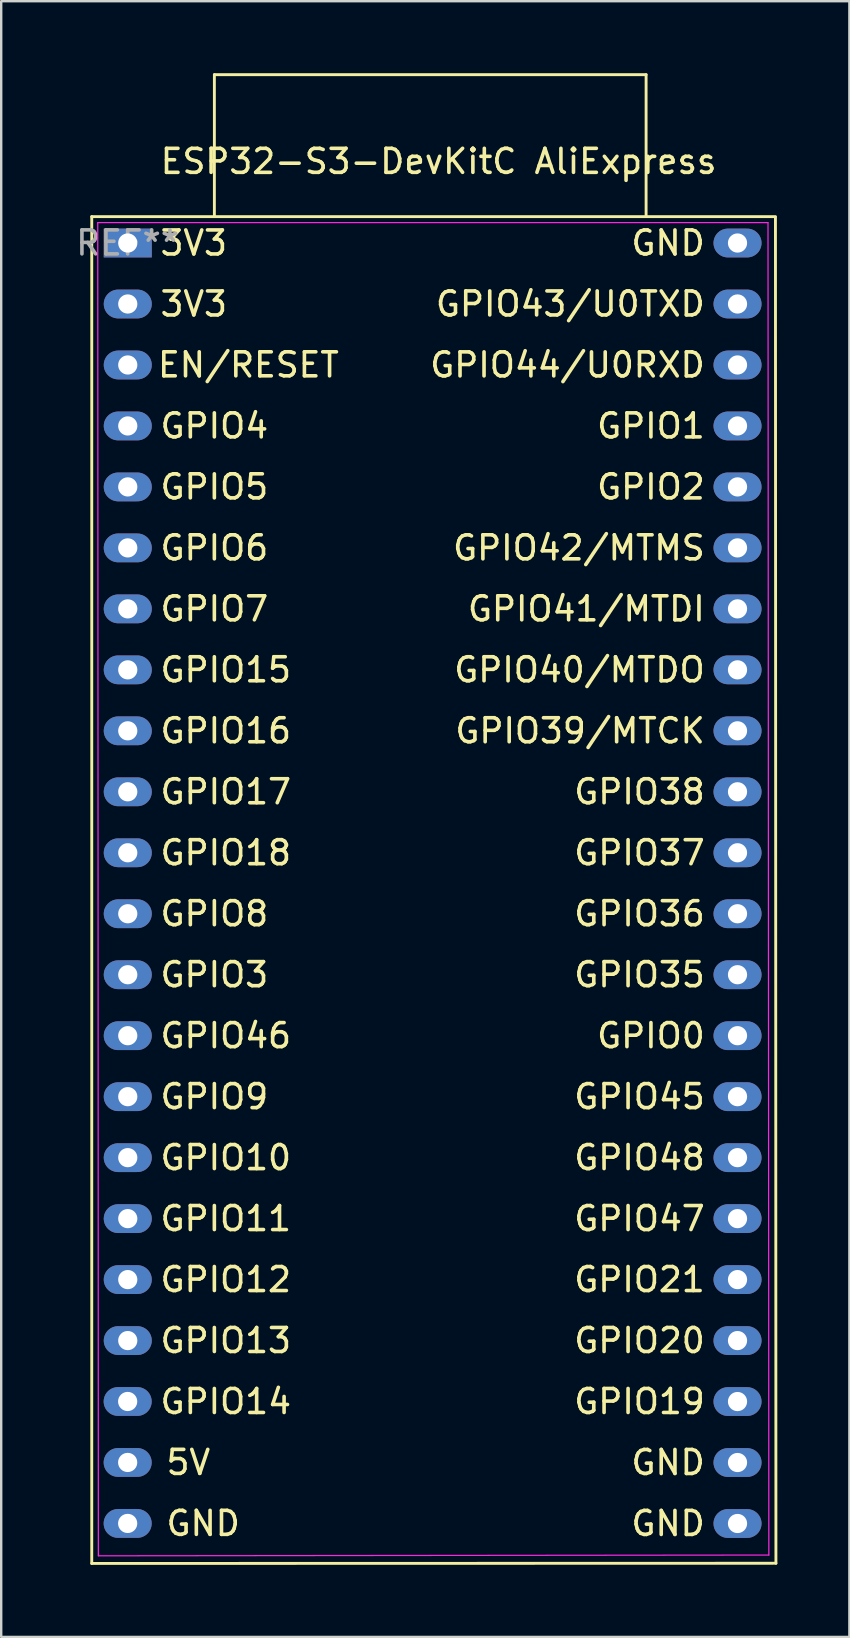
<source format=kicad_pcb>
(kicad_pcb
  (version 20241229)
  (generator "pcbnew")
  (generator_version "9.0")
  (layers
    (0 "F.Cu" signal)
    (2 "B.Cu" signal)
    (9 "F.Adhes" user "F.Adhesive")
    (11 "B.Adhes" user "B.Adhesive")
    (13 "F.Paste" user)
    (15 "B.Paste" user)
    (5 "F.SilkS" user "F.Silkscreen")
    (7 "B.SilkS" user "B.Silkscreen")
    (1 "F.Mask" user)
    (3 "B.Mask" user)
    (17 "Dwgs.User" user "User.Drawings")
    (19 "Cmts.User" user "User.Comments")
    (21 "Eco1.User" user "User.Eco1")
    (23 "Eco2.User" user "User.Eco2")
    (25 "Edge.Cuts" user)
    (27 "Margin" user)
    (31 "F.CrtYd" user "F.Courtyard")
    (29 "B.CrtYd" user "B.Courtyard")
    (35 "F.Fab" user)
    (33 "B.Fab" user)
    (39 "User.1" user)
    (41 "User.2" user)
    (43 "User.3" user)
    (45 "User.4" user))
  (footprint "ESP32-S3-DevKitC AliExpress"
    (layer "F.Cu")
    (at 2.272 7.073)
    (property "Reference" "ESP32-S3-DevKitC AliExpress" (at 12.948 -3.4 0) (layer "F.SilkS") (effects (font (size 1 1) (thickness 0.15))))
    (attr through_hole)
    (fp_line (start -1.5 55.004) (end 27 54.996) (stroke (width 0.12) (type solid)) (layer "F.SilkS"))
    (fp_line (start -1.5 -1.1) (end -1.5 55.004) (stroke (width 0.12) (type solid)) (layer "F.SilkS"))
    (fp_line (start 3.608 -7.013) (end 21.592 -7.013) (stroke (width 0.12) (type solid)) (layer "F.SilkS"))
    (fp_line (start 3.608 -1.12) (end 3.608 -7.013) (stroke (width 0.12) (type solid)) (layer "F.SilkS"))
    (fp_line (start 21.592 -7.013) (end 21.592 -1.12) (stroke (width 0.12) (type solid)) (layer "F.SilkS"))
    (fp_line (start 26.98 -1.1) (end -1.5 -1.1) (stroke (width 0.12) (type solid)) (layer "F.SilkS"))
    (fp_line (start 27 54.996) (end 26.98 -1.07) (stroke (width 0.12) (type solid)) (layer "F.SilkS"))
    (fp_line (start -1.25 -0.85) (end 26.67 -0.85) (stroke (width 0.05) (type solid)) (layer "F.CrtYd"))
    (fp_line (start -1.225 54.686) (end -1.25 -0.85) (stroke (width 0.05) (type solid)) (layer "F.CrtYd"))
    (fp_line (start 26.67 -0.85) (end 26.705 54.654) (stroke (width 0.05) (type solid)) (layer "F.CrtYd"))
    (fp_line (start 26.705 54.654) (end -1.225 54.686) (stroke (width 0.05) (type solid)) (layer "F.CrtYd"))
    (fp_text user "GPIO42/MTMS" (at 24.13 12.7 0) (unlocked yes) (layer "F.SilkS") (effects (font (size 1 1) (thickness 0.15)) (justify right)))
    (fp_text user "3V3" (at 1.27 2.54 0) (unlocked yes) (layer "F.SilkS") (effects (font (size 1 1) (thickness 0.15)) (justify left)))
    (fp_text user "GPIO0" (at 24.13 33.02 0) (unlocked yes) (layer "F.SilkS") (effects (font (size 1 1) (thickness 0.15)) (justify right)))
    (fp_text user "GPIO12" (at 1.27 43.18 0) (unlocked yes) (layer "F.SilkS") (effects (font (size 1 1) (thickness 0.15)) (justify left)))
    (fp_text user "GPIO20" (at 24.13 45.72 0) (unlocked yes) (layer "F.SilkS") (effects (font (size 1 1) (thickness 0.15)) (justify right)))
    (fp_text user "GPIO40/MTDO" (at 24.13 17.78 0) (unlocked yes) (layer "F.SilkS") (effects (font (size 1 1) (thickness 0.15)) (justify right)))
    (fp_text user "GPIO41/MTDI" (at 24.13 15.24 0) (unlocked yes) (layer "F.SilkS") (effects (font (size 1 1) (thickness 0.15)) (justify right)))
    (fp_text user "GND" (at 24.13 53.34 0) (unlocked yes) (layer "F.SilkS") (effects (font (size 1 1) (thickness 0.15)) (justify right)))
    (fp_text user "GPIO39/MTCK" (at 24.13 20.32 0) (unlocked yes) (layer "F.SilkS") (effects (font (size 1 1) (thickness 0.15)) (justify right)))
    (fp_text user "GPIO2" (at 24.13 10.16 0) (unlocked yes) (layer "F.SilkS") (effects (font (size 1 1) (thickness 0.15)) (justify right)))
    (fp_text user "GND" (at 24.13 50.8 0) (unlocked yes) (layer "F.SilkS") (effects (font (size 1 1) (thickness 0.15)) (justify right)))
    (fp_text user "GPIO7" (at 1.27 15.24 0) (unlocked yes) (layer "F.SilkS") (effects (font (size 1 1) (thickness 0.15)) (justify left)))
    (fp_text user "GPIO35" (at 24.13 30.48 0) (unlocked yes) (layer "F.SilkS") (effects (font (size 1 1) (thickness 0.15)) (justify right)))
    (fp_text user "EN/RESET" (at 8.886 5.077 0) (unlocked yes) (layer "F.SilkS") (effects (font (size 1 1) (thickness 0.15)) (justify right)))
    (fp_text user "GPIO8" (at 1.27 27.94 0) (unlocked yes) (layer "F.SilkS") (effects (font (size 1 1) (thickness 0.15)) (justify left)))
    (fp_text user "GPIO17" (at 1.27 22.86 0) (unlocked yes) (layer "F.SilkS") (effects (font (size 1 1) (thickness 0.15)) (justify left)))
    (fp_text user "GPIO18" (at 1.27 25.4 0) (unlocked yes) (layer "F.SilkS") (effects (font (size 1 1) (thickness 0.15)) (justify left)))
    (fp_text user "GPIO13" (at 1.27 45.72 0) (unlocked yes) (layer "F.SilkS") (effects (font (size 1 1) (thickness 0.15)) (justify left)))
    (fp_text user "GPIO44/U0RXD" (at 24.13 5.08 0) (unlocked yes) (layer "F.SilkS") (effects (font (size 1 1) (thickness 0.15)) (justify right)))
    (fp_text user "GPIO11" (at 1.27 40.64 0) (unlocked yes) (layer "F.SilkS") (effects (font (size 1 1) (thickness 0.15)) (justify left)))
    (fp_text user "GPIO10" (at 1.27 38.1 0) (unlocked yes) (layer "F.SilkS") (effects (font (size 1 1) (thickness 0.15)) (justify left)))
    (fp_text user "GPIO4" (at 1.27 7.62 0) (unlocked yes) (layer "F.SilkS") (effects (font (size 1 1) (thickness 0.15)) (justify left)))
    (fp_text user "GPIO6" (at 1.27 12.7 0) (unlocked yes) (layer "F.SilkS") (effects (font (size 1 1) (thickness 0.15)) (justify left)))
    (fp_text user "GPIO19" (at 24.13 48.26 0) (unlocked yes) (layer "F.SilkS") (effects (font (size 1 1) (thickness 0.15)) (justify right)))
    (fp_text user "GPIO45" (at 24.13 35.56 0) (unlocked yes) (layer "F.SilkS") (effects (font (size 1 1) (thickness 0.15)) (justify right)))
    (fp_text user "GPIO36" (at 24.13 27.94 0) (unlocked yes) (layer "F.SilkS") (effects (font (size 1 1) (thickness 0.15)) (justify right)))
    (fp_text user "GPIO37" (at 24.13 25.4 0) (unlocked yes) (layer "F.SilkS") (effects (font (size 1 1) (thickness 0.15)) (justify right)))
    (fp_text user "GPIO5" (at 1.27 10.16 0) (unlocked yes) (layer "F.SilkS") (effects (font (size 1 1) (thickness 0.15)) (justify left)))
    (fp_text user "GPIO46" (at 1.27 33.02 0) (unlocked yes) (layer "F.SilkS") (effects (font (size 1 1) (thickness 0.15)) (justify left)))
    (fp_text user "GND" (at 1.52 53.337 0) (unlocked yes) (layer "F.SilkS") (effects (font (size 1 1) (thickness 0.15)) (justify left)))
    (fp_text user "GPIO15" (at 1.27 17.78 0) (unlocked yes) (layer "F.SilkS") (effects (font (size 1 1) (thickness 0.15)) (justify left)))
    (fp_text user "GND" (at 24.13 0 0) (unlocked yes) (layer "F.SilkS") (effects (font (size 1 1) (thickness 0.15)) (justify right)))
    (fp_text user "GPIO21" (at 24.13 43.18 0) (unlocked yes) (layer "F.SilkS") (effects (font (size 1 1) (thickness 0.15)) (justify right)))
    (fp_text user "GPIO9" (at 1.27 35.56 0) (unlocked yes) (layer "F.SilkS") (effects (font (size 1 1) (thickness 0.15)) (justify left)))
    (fp_text user "5V" (at 1.52 50.797 0) (unlocked yes) (layer "F.SilkS") (effects (font (size 1 1) (thickness 0.15)) (justify left)))
    (fp_text user "GPIO48" (at 24.13 38.1 0) (unlocked yes) (layer "F.SilkS") (effects (font (size 1 1) (thickness 0.15)) (justify right)))
    (fp_text user "GPIO14" (at 1.27 48.26 0) (unlocked yes) (layer "F.SilkS") (effects (font (size 1 1) (thickness 0.15)) (justify left)))
    (fp_text user "3V3" (at 1.27 0 0) (unlocked yes) (layer "F.SilkS") (effects (font (size 1 1) (thickness 0.15)) (justify left)))
    (fp_text user "GPIO47" (at 24.13 40.64 0) (unlocked yes) (layer "F.SilkS") (effects (font (size 1 1) (thickness 0.15)) (justify right)))
    (fp_text user "GPIO1" (at 24.13 7.62 0) (unlocked yes) (layer "F.SilkS") (effects (font (size 1 1) (thickness 0.15)) (justify right)))
    (fp_text user "GPIO16" (at 1.27 20.32 0) (unlocked yes) (layer "F.SilkS") (effects (font (size 1 1) (thickness 0.15)) (justify left)))
    (fp_text user "GPIO38" (at 24.13 22.86 0) (unlocked yes) (layer "F.SilkS") (effects (font (size 1 1) (thickness 0.15)) (justify right)))
    (fp_text user "GPIO3" (at 1.27 30.48 0) (unlocked yes) (layer "F.SilkS") (effects (font (size 1 1) (thickness 0.15)) (justify left)))
    (fp_text user "GPIO43/U0TXD" (at 24.13 2.54 0) (unlocked yes) (layer "F.SilkS") (effects (font (size 1 1) (thickness 0.15)) (justify right)))
    (fp_text user "REF**" (at -0.004 -0.003 0) (layer "F.Fab") (effects (font (size 1 1) (thickness 0.15))))
    (pad "1" thru_hole rect (at 0 0 270) (size 1.2 2) (drill 0.8) (layers "*.Cu" "*.Mask"))
    (pad "2" thru_hole oval (at 0 2.54 270) (size 1.2 2) (drill 0.8) (layers "*.Cu" "*.Mask"))
    (pad "3" thru_hole oval (at 0 5.08 270) (size 1.2 2) (drill 0.8) (layers "*.Cu" "*.Mask"))
    (pad "4" thru_hole oval (at 0 7.62 270) (size 1.2 2) (drill 0.8) (layers "*.Cu" "*.Mask"))
    (pad "5" thru_hole oval (at 0 10.16 270) (size 1.2 2) (drill 0.8) (layers "*.Cu" "*.Mask"))
    (pad "6" thru_hole oval (at 0 12.7 270) (size 1.2 2) (drill 0.8) (layers "*.Cu" "*.Mask"))
    (pad "7" thru_hole oval (at 0 15.24 270) (size 1.2 2) (drill 0.8) (layers "*.Cu" "*.Mask"))
    (pad "8" thru_hole oval (at 0 17.78 270) (size 1.2 2) (drill 0.8) (layers "*.Cu" "*.Mask"))
    (pad "9" thru_hole oval (at 0 20.32 270) (size 1.2 2) (drill 0.8) (layers "*.Cu" "*.Mask"))
    (pad "10" thru_hole oval (at 0 22.86 270) (size 1.2 2) (drill 0.8) (layers "*.Cu" "*.Mask"))
    (pad "11" thru_hole oval (at 0 25.4 270) (size 1.2 2) (drill 0.8) (layers "*.Cu" "*.Mask"))
    (pad "12" thru_hole oval (at 0 27.94 270) (size 1.2 2) (drill 0.8) (layers "*.Cu" "*.Mask"))
    (pad "13" thru_hole oval (at 0 30.48 270) (size 1.2 2) (drill 0.8) (layers "*.Cu" "*.Mask"))
    (pad "14" thru_hole oval (at 0 33.02 270) (size 1.2 2) (drill 0.8) (layers "*.Cu" "*.Mask"))
    (pad "15" thru_hole oval (at 0 35.56 270) (size 1.2 2) (drill 0.8) (layers "*.Cu" "*.Mask"))
    (pad "16" thru_hole oval (at 0 38.1 270) (size 1.2 2) (drill 0.8) (layers "*.Cu" "*.Mask"))
    (pad "17" thru_hole oval (at 0 40.64 270) (size 1.2 2) (drill 0.8) (layers "*.Cu" "*.Mask"))
    (pad "18" thru_hole oval (at 0 43.18 270) (size 1.2 2) (drill 0.8) (layers "*.Cu" "*.Mask"))
    (pad "19" thru_hole oval (at 0 45.72 270) (size 1.2 2) (drill 0.8) (layers "*.Cu" "*.Mask"))
    (pad "20" thru_hole oval (at -0.004 48.257 270) (size 1.2 2) (drill 0.8) (layers "*.Cu" "*.Mask"))
    (pad "21" thru_hole oval (at -0.004 50.797 270) (size 1.2 2) (drill 0.8) (layers "*.Cu" "*.Mask"))
    (pad "22" thru_hole oval (at -0.004 53.337 270) (size 1.2 2) (drill 0.8) (layers "*.Cu" "*.Mask"))
    (pad "23" thru_hole oval (at 25.4 53.34 270) (size 1.2 2) (drill 0.8) (layers "*.Cu" "*.Mask"))
    (pad "24" thru_hole oval (at 25.4 50.8 270) (size 1.2 2) (drill 0.8) (layers "*.Cu" "*.Mask"))
    (pad "25" thru_hole oval (at 25.4 48.26 270) (size 1.2 2) (drill 0.8) (layers "*.Cu" "*.Mask"))
    (pad "26" thru_hole oval (at 25.4 45.72 270) (size 1.2 2) (drill 0.8) (layers "*.Cu" "*.Mask"))
    (pad "27" thru_hole oval (at 25.4 43.18 270) (size 1.2 2) (drill 0.8) (layers "*.Cu" "*.Mask"))
    (pad "28" thru_hole oval (at 25.4 40.64 270) (size 1.2 2) (drill 0.8) (layers "*.Cu" "*.Mask"))
    (pad "29" thru_hole oval (at 25.4 38.1 270) (size 1.2 2) (drill 0.8) (layers "*.Cu" "*.Mask"))
    (pad "30" thru_hole oval (at 25.4 35.56 270) (size 1.2 2) (drill 0.8) (layers "*.Cu" "*.Mask"))
    (pad "31" thru_hole oval (at 25.4 33.02 270) (size 1.2 2) (drill 0.8) (layers "*.Cu" "*.Mask"))
    (pad "32" thru_hole oval (at 25.4 30.48 270) (size 1.2 2) (drill 0.8) (layers "*.Cu" "*.Mask"))
    (pad "33" thru_hole oval (at 25.4 27.94 270) (size 1.2 2) (drill 0.8) (layers "*.Cu" "*.Mask"))
    (pad "34" thru_hole oval (at 25.4 25.4 270) (size 1.2 2) (drill 0.8) (layers "*.Cu" "*.Mask"))
    (pad "35" thru_hole oval (at 25.4 22.86 270) (size 1.2 2) (drill 0.8) (layers "*.Cu" "*.Mask"))
    (pad "36" thru_hole oval (at 25.4 20.32 270) (size 1.2 2) (drill 0.8) (layers "*.Cu" "*.Mask"))
    (pad "37" thru_hole oval (at 25.4 17.78 270) (size 1.2 2) (drill 0.8) (layers "*.Cu" "*.Mask"))
    (pad "38" thru_hole oval (at 25.4 15.24 270) (size 1.2 2) (drill 0.8) (layers "*.Cu" "*.Mask"))
    (pad "39" thru_hole oval (at 25.4 12.7 270) (size 1.2 2) (drill 0.8) (layers "*.Cu" "*.Mask"))
    (pad "40" thru_hole oval (at 25.4 10.16 270) (size 1.2 2) (drill 0.8) (layers "*.Cu" "*.Mask"))
    (pad "41" thru_hole oval (at 25.4 7.62 270) (size 1.2 2) (drill 0.8) (layers "*.Cu" "*.Mask"))
    (pad "42" thru_hole oval (at 25.4 5.08 270) (size 1.2 2) (drill 0.8) (layers "*.Cu" "*.Mask"))
    (pad "43" thru_hole oval (at 25.4 2.54 270) (size 1.2 2) (drill 0.8) (layers "*.Cu" "*.Mask"))
    (pad "44" thru_hole oval (at 25.4 0 270) (size 1.2 2) (drill 0.8) (layers "*.Cu" "*.Mask")))
  (gr_rect
    (start -3 -3)
    (end 32.332 65.137)
    (stroke (width 0.1) (type default))
    (fill no)
    (layer "Edge.Cuts")))
</source>
